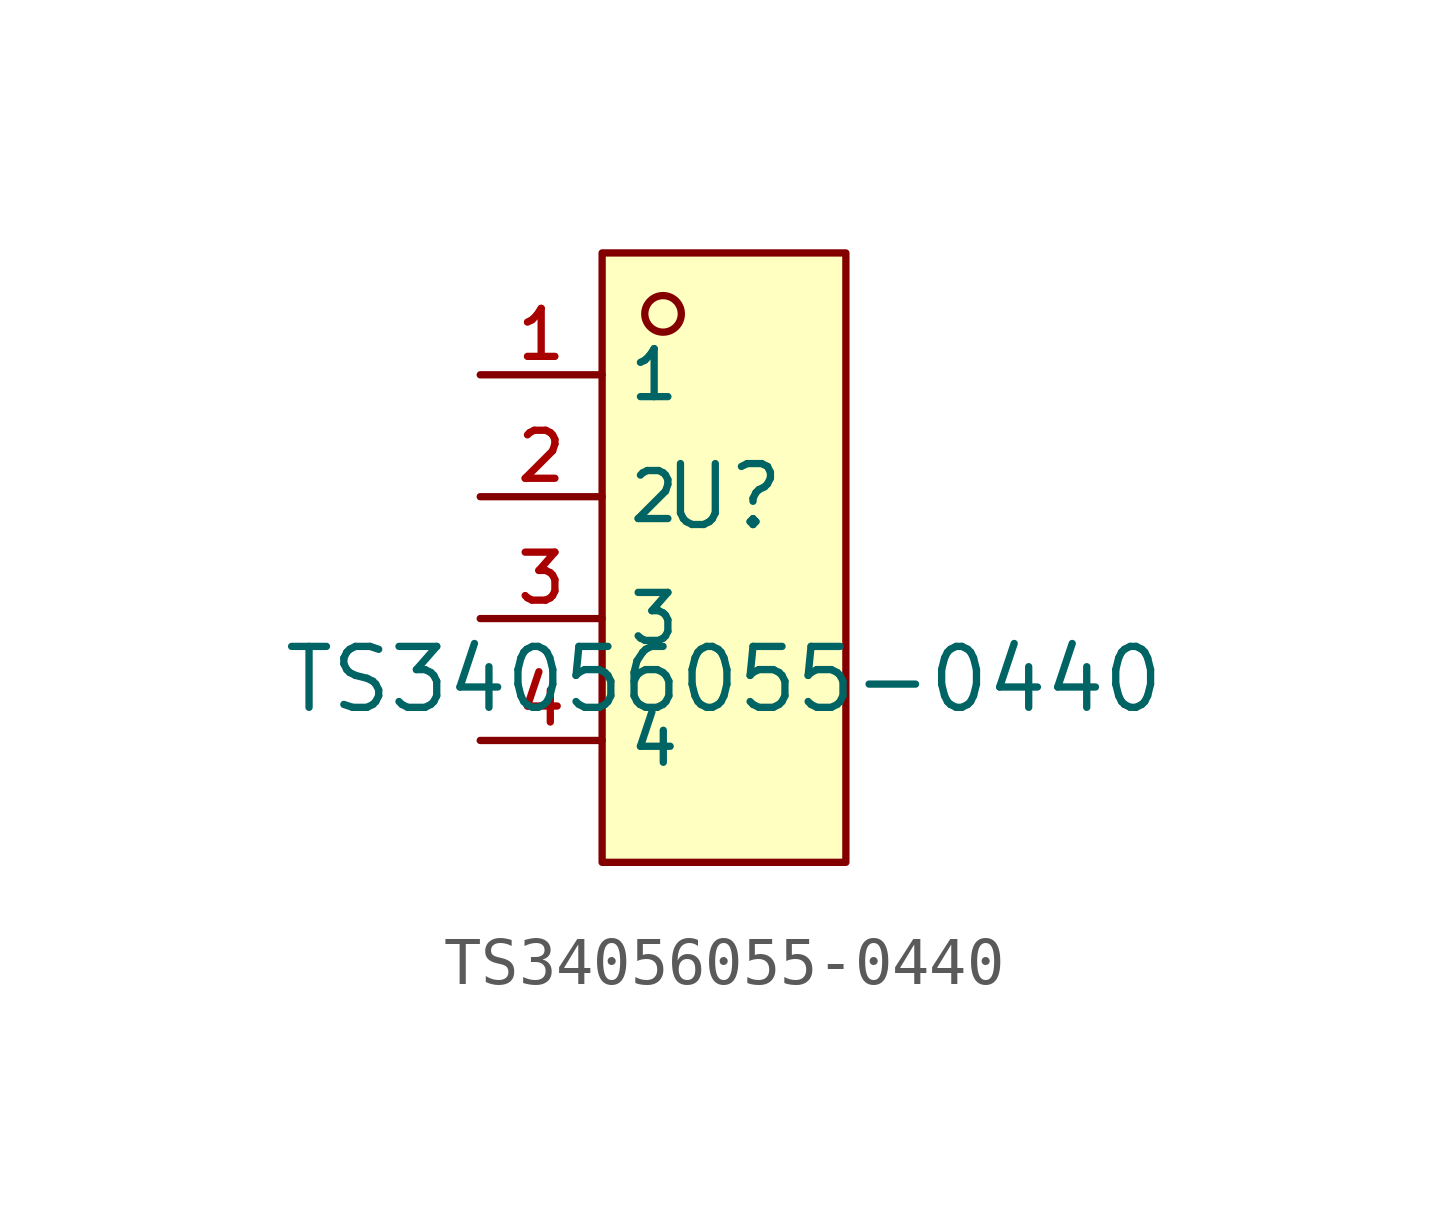
<source format=kicad_sym>
(kicad_symbol_lib
  (version 20210201)
  (generator TousstNicolas/JLC2KiCad_lib)
  (symbol "TS34056055-0440"
    (property "Reference" "U"
      (at 0 1.27 0)
      (effects (font (size 1.27 1.27))))
    (property "Value" "TS34056055-0440"
      (at 0 -2.54 0)
      (effects (font (size 1.27 1.27))))
    (symbol "TS34056055-0440_0_1"
      (rectangle (start -2.54 6.35) (end 2.54 -6.35) (stroke (width 0) (type default) (color 0 0 0 0)) (fill (type background)))
      (circle (center -1.27 5.08) (radius 0.381) (stroke (width 0) (type default) (color 0 0 0 0)) (fill (type background)))
      (pin unspecified line (at -5.08 3.81 0) (length 2.54) (name "1" (effects (font (size 1 1)))) (number "1" (effects (font (size 1 1)))))
      (pin unspecified line (at -5.08 1.27 0) (length 2.54) (name "2" (effects (font (size 1 1)))) (number "2" (effects (font (size 1 1)))))
      (pin unspecified line (at -5.08 -1.27 0) (length 2.54) (name "3" (effects (font (size 1 1)))) (number "3" (effects (font (size 1 1)))))
      (pin unspecified line (at -5.08 -3.81 0) (length 2.54) (name "4" (effects (font (size 1 1)))) (number "4" (effects (font (size 1 1))))))))
</source>
